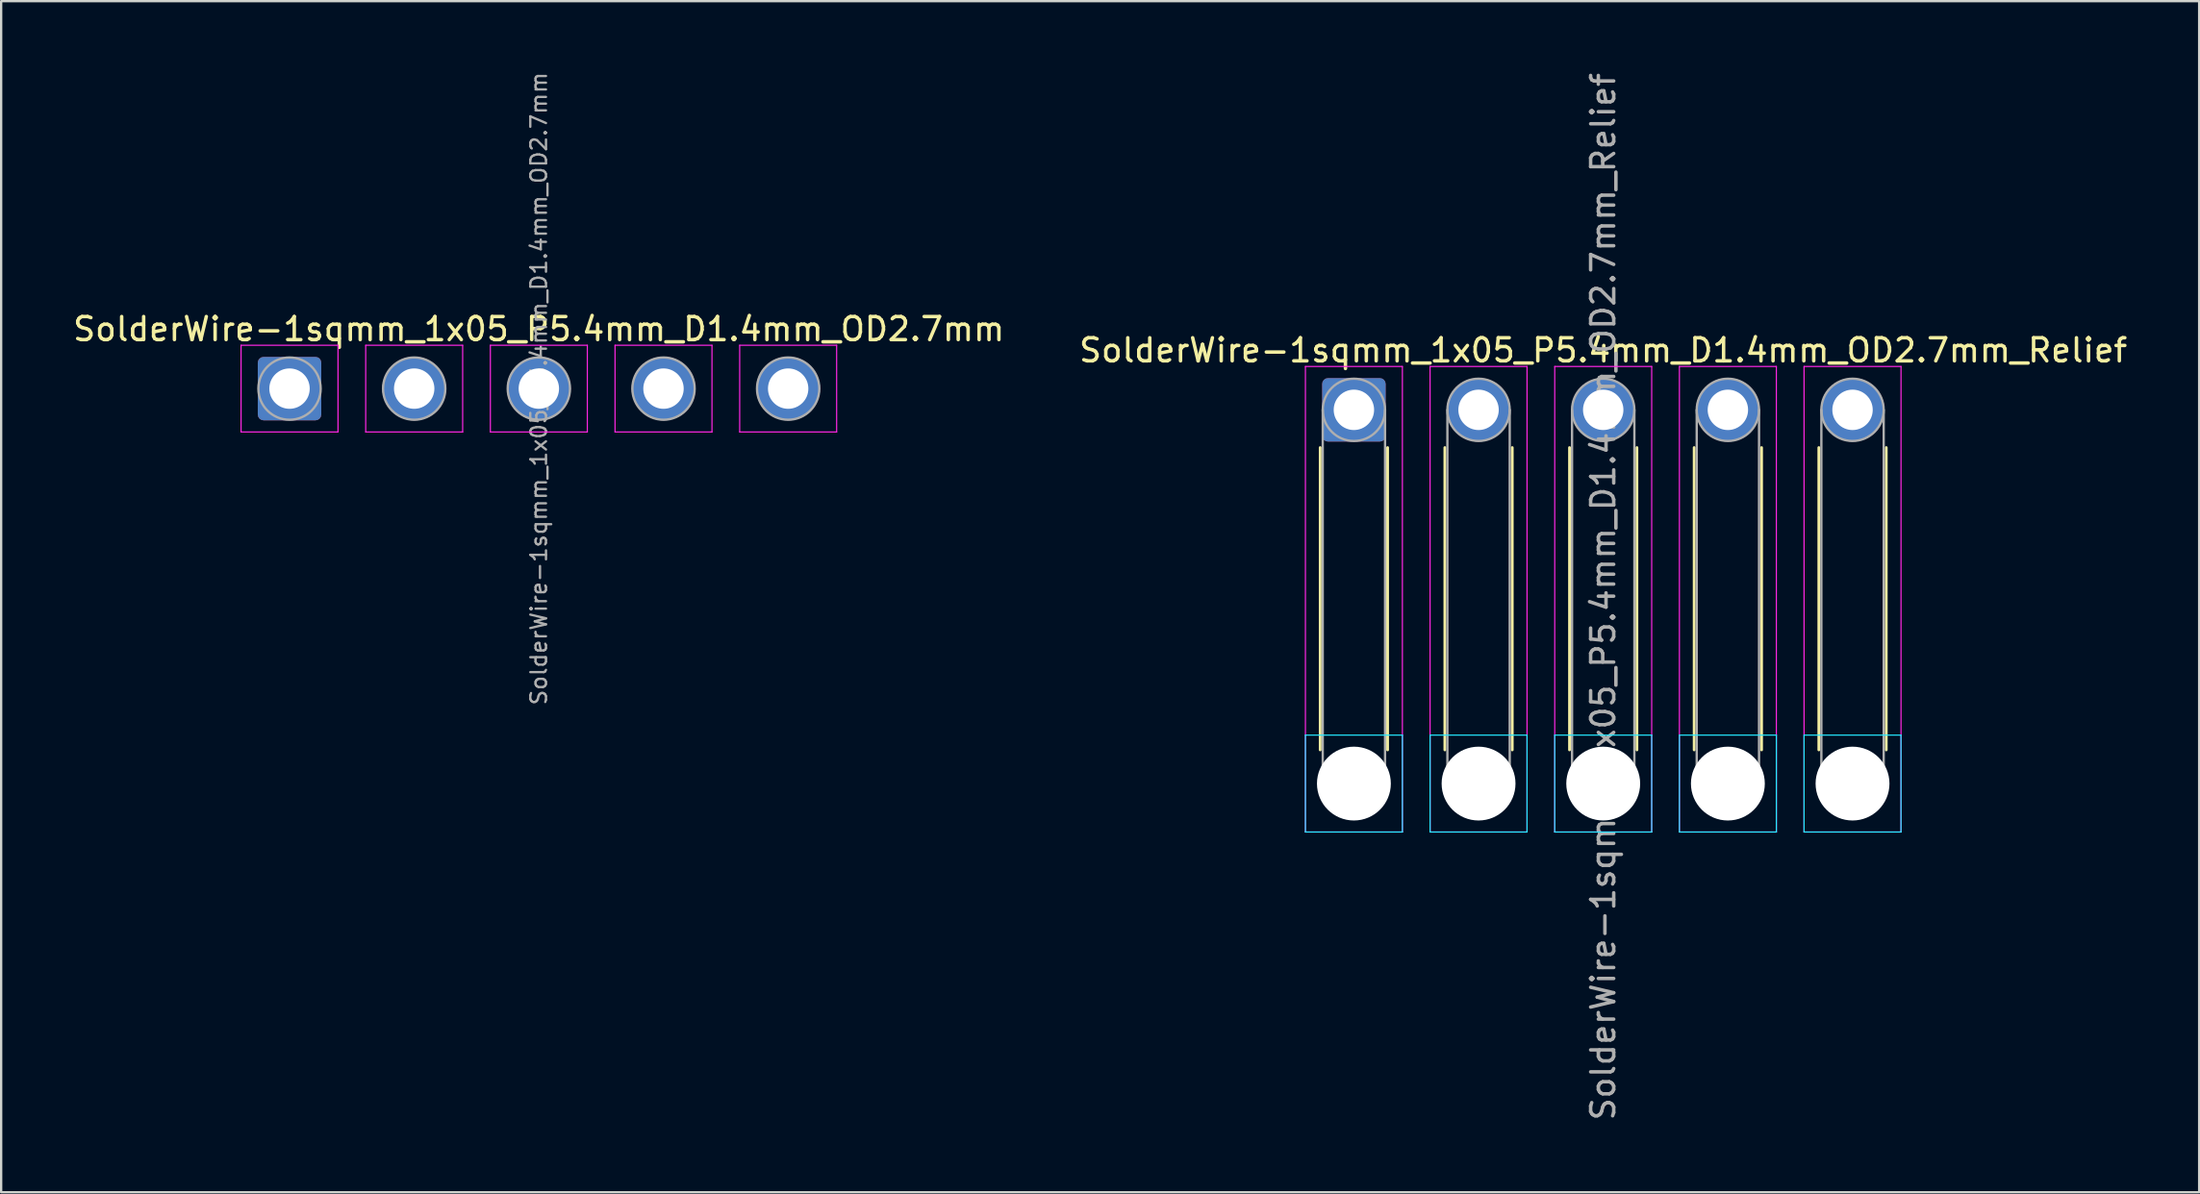
<source format=kicad_pcb>
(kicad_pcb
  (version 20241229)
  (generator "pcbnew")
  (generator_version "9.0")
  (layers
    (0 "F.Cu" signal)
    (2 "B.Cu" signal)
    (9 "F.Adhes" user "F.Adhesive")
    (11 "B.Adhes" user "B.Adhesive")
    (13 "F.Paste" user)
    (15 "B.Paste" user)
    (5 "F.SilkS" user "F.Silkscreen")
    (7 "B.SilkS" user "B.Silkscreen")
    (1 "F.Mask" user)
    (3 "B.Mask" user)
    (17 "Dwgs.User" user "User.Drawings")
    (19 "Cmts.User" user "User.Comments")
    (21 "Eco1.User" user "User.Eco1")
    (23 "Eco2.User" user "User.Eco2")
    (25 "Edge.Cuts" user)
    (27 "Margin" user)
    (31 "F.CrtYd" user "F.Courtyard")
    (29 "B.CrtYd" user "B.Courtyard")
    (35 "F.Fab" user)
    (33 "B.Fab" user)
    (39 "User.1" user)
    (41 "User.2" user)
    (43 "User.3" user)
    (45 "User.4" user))
  (footprint "SolderWire-1sqmm_1x05_P5.4mm_D1.4mm_OD2.7mm"
    (layer "F.Cu")
    (at 9.492 13.795)
    (property "Reference" "SolderWire-1sqmm_1x05_P5.4mm_D1.4mm_OD2.7mm" (at 10.8 -2.58 0) (layer "F.SilkS") (effects (font (size 1 1) (thickness 0.15))))
    (attr exclude_from_pos_files exclude_from_bom)
    (fp_line (start -2.1 -1.88) (end -2.1 1.88) (stroke (width 0.05) (type solid)) (layer "F.CrtYd"))
    (fp_line (start -2.1 1.88) (end 2.1 1.88) (stroke (width 0.05) (type solid)) (layer "F.CrtYd"))
    (fp_line (start 2.1 -1.88) (end -2.1 -1.88) (stroke (width 0.05) (type solid)) (layer "F.CrtYd"))
    (fp_line (start 2.1 1.88) (end 2.1 -1.88) (stroke (width 0.05) (type solid)) (layer "F.CrtYd"))
    (fp_line (start 3.3 -1.88) (end 3.3 1.88) (stroke (width 0.05) (type solid)) (layer "F.CrtYd"))
    (fp_line (start 3.3 1.88) (end 7.5 1.88) (stroke (width 0.05) (type solid)) (layer "F.CrtYd"))
    (fp_line (start 7.5 -1.88) (end 3.3 -1.88) (stroke (width 0.05) (type solid)) (layer "F.CrtYd"))
    (fp_line (start 7.5 1.88) (end 7.5 -1.88) (stroke (width 0.05) (type solid)) (layer "F.CrtYd"))
    (fp_line (start 8.7 -1.88) (end 8.7 1.88) (stroke (width 0.05) (type solid)) (layer "F.CrtYd"))
    (fp_line (start 8.7 1.88) (end 12.9 1.88) (stroke (width 0.05) (type solid)) (layer "F.CrtYd"))
    (fp_line (start 12.9 -1.88) (end 8.7 -1.88) (stroke (width 0.05) (type solid)) (layer "F.CrtYd"))
    (fp_line (start 12.9 1.88) (end 12.9 -1.88) (stroke (width 0.05) (type solid)) (layer "F.CrtYd"))
    (fp_line (start 14.1 -1.88) (end 14.1 1.88) (stroke (width 0.05) (type solid)) (layer "F.CrtYd"))
    (fp_line (start 14.1 1.88) (end 18.3 1.88) (stroke (width 0.05) (type solid)) (layer "F.CrtYd"))
    (fp_line (start 18.3 -1.88) (end 14.1 -1.88) (stroke (width 0.05) (type solid)) (layer "F.CrtYd"))
    (fp_line (start 18.3 1.88) (end 18.3 -1.88) (stroke (width 0.05) (type solid)) (layer "F.CrtYd"))
    (fp_line (start 19.5 -1.88) (end 19.5 1.88) (stroke (width 0.05) (type solid)) (layer "F.CrtYd"))
    (fp_line (start 19.5 1.88) (end 23.7 1.88) (stroke (width 0.05) (type solid)) (layer "F.CrtYd"))
    (fp_line (start 23.7 -1.88) (end 19.5 -1.88) (stroke (width 0.05) (type solid)) (layer "F.CrtYd"))
    (fp_line (start 23.7 1.88) (end 23.7 -1.88) (stroke (width 0.05) (type solid)) (layer "F.CrtYd"))
    (fp_circle (center 0 0) (end 1.35 0) (stroke (width 0.1) (type solid)) (fill no) (layer "F.Fab"))
    (fp_circle (center 5.4 0) (end 6.75 0) (stroke (width 0.1) (type solid)) (fill no) (layer "F.Fab"))
    (fp_circle (center 10.8 0) (end 12.15 0) (stroke (width 0.1) (type solid)) (fill no) (layer "F.Fab"))
    (fp_circle (center 16.2 0) (end 17.55 0) (stroke (width 0.1) (type solid)) (fill no) (layer "F.Fab"))
    (fp_circle (center 21.6 0) (end 22.95 0) (stroke (width 0.1) (type solid)) (fill no) (layer "F.Fab"))
    (fp_text user "${REFERENCE}" (at 10.8 0 90) (layer "F.Fab") (effects (font (size 0.68 0.68) (thickness 0.1))))
    (pad "1" thru_hole roundrect (at 0 0) (size 2.75 2.75) (drill 1.75) (layers "*.Cu" "*.Mask") (roundrect_rratio 0.091))
    (pad "2" thru_hole circle (at 5.4 0) (size 2.75 2.75) (drill 1.75) (layers "*.Cu" "*.Mask"))
    (pad "3" thru_hole circle (at 10.8 0) (size 2.75 2.75) (drill 1.75) (layers "*.Cu" "*.Mask"))
    (pad "4" thru_hole circle (at 16.2 0) (size 2.75 2.75) (drill 1.75) (layers "*.Cu" "*.Mask"))
    (pad "5" thru_hole circle (at 21.6 0) (size 2.75 2.75) (drill 1.75) (layers "*.Cu" "*.Mask")))
  (footprint "SolderWire-1sqmm_1x05_P5.4mm_D1.4mm_OD2.7mm_Relief"
    (layer "F.Cu")
    (at 55.599 14.715)
    (property "Reference" "SolderWire-1sqmm_1x05_P5.4mm_D1.4mm_OD2.7mm_Relief" (at 10.8 -2.58 0) (layer "F.SilkS") (effects (font (size 1 1) (thickness 0.15))))
    (attr exclude_from_pos_files exclude_from_bom)
    (fp_line (start -1.46 1.635) (end -1.46 14.74) (stroke (width 0.12) (type solid)) (layer "F.SilkS"))
    (fp_line (start 1.46 1.635) (end 1.46 14.74) (stroke (width 0.12) (type solid)) (layer "F.SilkS"))
    (fp_line (start 3.94 1.635) (end 3.94 14.74) (stroke (width 0.12) (type solid)) (layer "F.SilkS"))
    (fp_line (start 6.86 1.635) (end 6.86 14.74) (stroke (width 0.12) (type solid)) (layer "F.SilkS"))
    (fp_line (start 9.34 1.635) (end 9.34 14.74) (stroke (width 0.12) (type solid)) (layer "F.SilkS"))
    (fp_line (start 12.26 1.635) (end 12.26 14.74) (stroke (width 0.12) (type solid)) (layer "F.SilkS"))
    (fp_line (start 14.74 1.635) (end 14.74 14.74) (stroke (width 0.12) (type solid)) (layer "F.SilkS"))
    (fp_line (start 17.66 1.635) (end 17.66 14.74) (stroke (width 0.12) (type solid)) (layer "F.SilkS"))
    (fp_line (start 20.14 1.635) (end 20.14 14.74) (stroke (width 0.12) (type solid)) (layer "F.SilkS"))
    (fp_line (start 23.06 1.635) (end 23.06 14.74) (stroke (width 0.12) (type solid)) (layer "F.SilkS"))
    (fp_line (start -2.1 14.1) (end -2.1 18.3) (stroke (width 0.05) (type solid)) (layer "B.CrtYd"))
    (fp_line (start -2.1 18.3) (end 2.1 18.3) (stroke (width 0.05) (type solid)) (layer "B.CrtYd"))
    (fp_line (start 2.1 14.1) (end -2.1 14.1) (stroke (width 0.05) (type solid)) (layer "B.CrtYd"))
    (fp_line (start 2.1 18.3) (end 2.1 14.1) (stroke (width 0.05) (type solid)) (layer "B.CrtYd"))
    (fp_line (start 3.3 14.1) (end 3.3 18.3) (stroke (width 0.05) (type solid)) (layer "B.CrtYd"))
    (fp_line (start 3.3 18.3) (end 7.5 18.3) (stroke (width 0.05) (type solid)) (layer "B.CrtYd"))
    (fp_line (start 7.5 14.1) (end 3.3 14.1) (stroke (width 0.05) (type solid)) (layer "B.CrtYd"))
    (fp_line (start 7.5 18.3) (end 7.5 14.1) (stroke (width 0.05) (type solid)) (layer "B.CrtYd"))
    (fp_line (start 8.7 14.1) (end 8.7 18.3) (stroke (width 0.05) (type solid)) (layer "B.CrtYd"))
    (fp_line (start 8.7 18.3) (end 12.9 18.3) (stroke (width 0.05) (type solid)) (layer "B.CrtYd"))
    (fp_line (start 12.9 14.1) (end 8.7 14.1) (stroke (width 0.05) (type solid)) (layer "B.CrtYd"))
    (fp_line (start 12.9 18.3) (end 12.9 14.1) (stroke (width 0.05) (type solid)) (layer "B.CrtYd"))
    (fp_line (start 14.1 14.1) (end 14.1 18.3) (stroke (width 0.05) (type solid)) (layer "B.CrtYd"))
    (fp_line (start 14.1 18.3) (end 18.3 18.3) (stroke (width 0.05) (type solid)) (layer "B.CrtYd"))
    (fp_line (start 18.3 14.1) (end 14.1 14.1) (stroke (width 0.05) (type solid)) (layer "B.CrtYd"))
    (fp_line (start 18.3 18.3) (end 18.3 14.1) (stroke (width 0.05) (type solid)) (layer "B.CrtYd"))
    (fp_line (start 19.5 14.1) (end 19.5 18.3) (stroke (width 0.05) (type solid)) (layer "B.CrtYd"))
    (fp_line (start 19.5 18.3) (end 23.7 18.3) (stroke (width 0.05) (type solid)) (layer "B.CrtYd"))
    (fp_line (start 23.7 14.1) (end 19.5 14.1) (stroke (width 0.05) (type solid)) (layer "B.CrtYd"))
    (fp_line (start 23.7 18.3) (end 23.7 14.1) (stroke (width 0.05) (type solid)) (layer "B.CrtYd"))
    (fp_line (start -2.1 -1.88) (end -2.1 18.3) (stroke (width 0.05) (type solid)) (layer "F.CrtYd"))
    (fp_line (start -2.1 18.3) (end 2.1 18.3) (stroke (width 0.05) (type solid)) (layer "F.CrtYd"))
    (fp_line (start 2.1 -1.88) (end -2.1 -1.88) (stroke (width 0.05) (type solid)) (layer "F.CrtYd"))
    (fp_line (start 2.1 18.3) (end 2.1 -1.88) (stroke (width 0.05) (type solid)) (layer "F.CrtYd"))
    (fp_line (start 3.3 -1.88) (end 3.3 18.3) (stroke (width 0.05) (type solid)) (layer "F.CrtYd"))
    (fp_line (start 3.3 18.3) (end 7.5 18.3) (stroke (width 0.05) (type solid)) (layer "F.CrtYd"))
    (fp_line (start 7.5 -1.88) (end 3.3 -1.88) (stroke (width 0.05) (type solid)) (layer "F.CrtYd"))
    (fp_line (start 7.5 18.3) (end 7.5 -1.88) (stroke (width 0.05) (type solid)) (layer "F.CrtYd"))
    (fp_line (start 8.7 -1.88) (end 8.7 18.3) (stroke (width 0.05) (type solid)) (layer "F.CrtYd"))
    (fp_line (start 8.7 18.3) (end 12.9 18.3) (stroke (width 0.05) (type solid)) (layer "F.CrtYd"))
    (fp_line (start 12.9 -1.88) (end 8.7 -1.88) (stroke (width 0.05) (type solid)) (layer "F.CrtYd"))
    (fp_line (start 12.9 18.3) (end 12.9 -1.88) (stroke (width 0.05) (type solid)) (layer "F.CrtYd"))
    (fp_line (start 14.1 -1.88) (end 14.1 18.3) (stroke (width 0.05) (type solid)) (layer "F.CrtYd"))
    (fp_line (start 14.1 18.3) (end 18.3 18.3) (stroke (width 0.05) (type solid)) (layer "F.CrtYd"))
    (fp_line (start 18.3 -1.88) (end 14.1 -1.88) (stroke (width 0.05) (type solid)) (layer "F.CrtYd"))
    (fp_line (start 18.3 18.3) (end 18.3 -1.88) (stroke (width 0.05) (type solid)) (layer "F.CrtYd"))
    (fp_line (start 19.5 -1.88) (end 19.5 18.3) (stroke (width 0.05) (type solid)) (layer "F.CrtYd"))
    (fp_line (start 19.5 18.3) (end 23.7 18.3) (stroke (width 0.05) (type solid)) (layer "F.CrtYd"))
    (fp_line (start 23.7 -1.88) (end 19.5 -1.88) (stroke (width 0.05) (type solid)) (layer "F.CrtYd"))
    (fp_line (start 23.7 18.3) (end 23.7 -1.88) (stroke (width 0.05) (type solid)) (layer "F.CrtYd"))
    (fp_line (start -1.35 0) (end -1.35 16.2) (stroke (width 0.1) (type solid)) (layer "F.Fab"))
    (fp_line (start 1.35 0) (end 1.35 16.2) (stroke (width 0.1) (type solid)) (layer "F.Fab"))
    (fp_line (start 4.05 0) (end 4.05 16.2) (stroke (width 0.1) (type solid)) (layer "F.Fab"))
    (fp_line (start 6.75 0) (end 6.75 16.2) (stroke (width 0.1) (type solid)) (layer "F.Fab"))
    (fp_line (start 9.45 0) (end 9.45 16.2) (stroke (width 0.1) (type solid)) (layer "F.Fab"))
    (fp_line (start 12.15 0) (end 12.15 16.2) (stroke (width 0.1) (type solid)) (layer "F.Fab"))
    (fp_line (start 14.85 0) (end 14.85 16.2) (stroke (width 0.1) (type solid)) (layer "F.Fab"))
    (fp_line (start 17.55 0) (end 17.55 16.2) (stroke (width 0.1) (type solid)) (layer "F.Fab"))
    (fp_line (start 20.25 0) (end 20.25 16.2) (stroke (width 0.1) (type solid)) (layer "F.Fab"))
    (fp_line (start 22.95 0) (end 22.95 16.2) (stroke (width 0.1) (type solid)) (layer "F.Fab"))
    (fp_circle (center 0 0) (end 1.35 0) (stroke (width 0.1) (type solid)) (fill no) (layer "F.Fab"))
    (fp_circle (center 0 16.2) (end 1.35 16.2) (stroke (width 0.1) (type solid)) (fill no) (layer "F.Fab"))
    (fp_circle (center 5.4 0) (end 6.75 0) (stroke (width 0.1) (type solid)) (fill no) (layer "F.Fab"))
    (fp_circle (center 5.4 16.2) (end 6.75 16.2) (stroke (width 0.1) (type solid)) (fill no) (layer "F.Fab"))
    (fp_circle (center 10.8 0) (end 12.15 0) (stroke (width 0.1) (type solid)) (fill no) (layer "F.Fab"))
    (fp_circle (center 10.8 16.2) (end 12.15 16.2) (stroke (width 0.1) (type solid)) (fill no) (layer "F.Fab"))
    (fp_circle (center 16.2 0) (end 17.55 0) (stroke (width 0.1) (type solid)) (fill no) (layer "F.Fab"))
    (fp_circle (center 16.2 16.2) (end 17.55 16.2) (stroke (width 0.1) (type solid)) (fill no) (layer "F.Fab"))
    (fp_circle (center 21.6 0) (end 22.95 0) (stroke (width 0.1) (type solid)) (fill no) (layer "F.Fab"))
    (fp_circle (center 21.6 16.2) (end 22.95 16.2) (stroke (width 0.1) (type solid)) (fill no) (layer "F.Fab"))
    (fp_text user "${REFERENCE}" (at 10.8 8.1 90) (layer "F.Fab") (effects (font (size 1 1) (thickness 0.15))))
    (pad "" np_thru_hole circle (at 0 16.2) (size 3.2 3.2) (drill 3.2) (layers "*.Cu" "*.Mask"))
    (pad "" np_thru_hole circle (at 5.4 16.2) (size 3.2 3.2) (drill 3.2) (layers "*.Cu" "*.Mask"))
    (pad "" np_thru_hole circle (at 10.8 16.2) (size 3.2 3.2) (drill 3.2) (layers "*.Cu" "*.Mask"))
    (pad "" np_thru_hole circle (at 16.2 16.2) (size 3.2 3.2) (drill 3.2) (layers "*.Cu" "*.Mask"))
    (pad "" np_thru_hole circle (at 21.6 16.2) (size 3.2 3.2) (drill 3.2) (layers "*.Cu" "*.Mask"))
    (pad "1" thru_hole roundrect (at 0 0) (size 2.75 2.75) (drill 1.75) (layers "*.Cu" "*.Mask") (roundrect_rratio 0.091))
    (pad "2" thru_hole circle (at 5.4 0) (size 2.75 2.75) (drill 1.75) (layers "*.Cu" "*.Mask"))
    (pad "3" thru_hole circle (at 10.8 0) (size 2.75 2.75) (drill 1.75) (layers "*.Cu" "*.Mask"))
    (pad "4" thru_hole circle (at 16.2 0) (size 2.75 2.75) (drill 1.75) (layers "*.Cu" "*.Mask"))
    (pad "5" thru_hole circle (at 21.6 0) (size 2.75 2.75) (drill 1.75) (layers "*.Cu" "*.Mask")))
  (gr_rect
    (start -3 -3)
    (end 92.214 48.631)
    (stroke (width 0.1) (type default))
    (fill no)
    (layer "Edge.Cuts")))
</source>
